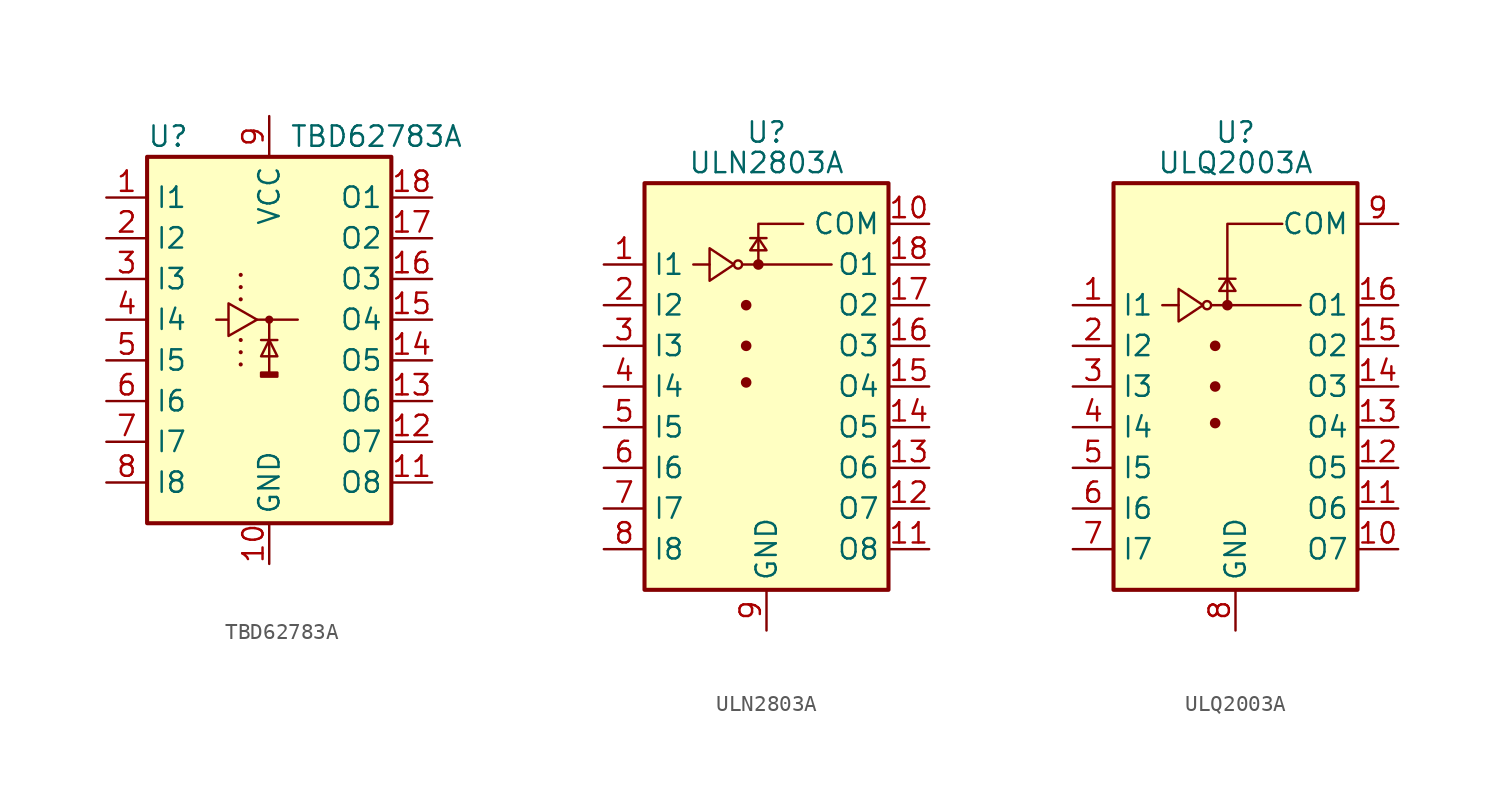
<source format=kicad_sym>
(kicad_symbol_lib
  (version 20211014)
  (generator kicad_symbol_editor)
  (symbol "TBD62783A"
    (property "Reference" "U"
      (at -7.62 11.43 0)
      (effects (font (size 1.27 1.27)) (justify left)))
    (property "Value" "TBD62783A"
      (at 1.27 11.43 0)
      (effects (font (size 1.27 1.27)) (justify left)))
    (symbol "TBD62783A_0_1"
      (rectangle (start -7.62 10.16) (end 7.62 -12.7) (stroke (width 0.254) (type default) (color 0 0 0 0)) (fill (type background)))
      (rectangle (start -0.508 -3.302) (end 0.508 -3.556) (stroke (width 0) (type default) (color 0 0 0 0)) (fill (type outline)))
      (polyline (pts (xy -1.778 -2.794) (xy -1.778 -2.794)) (stroke (width 0.254) (type default) (color 0 0 0 0)) (fill (type none)))
      (polyline (pts (xy -1.778 -2.032) (xy -1.778 -2.032)) (stroke (width 0.254) (type default) (color 0 0 0 0)) (fill (type none)))
      (polyline (pts (xy -1.778 -1.27) (xy -1.778 -1.27)) (stroke (width 0.254) (type default) (color 0 0 0 0)) (fill (type none)))
      (polyline (pts (xy -1.778 1.27) (xy -1.778 1.27)) (stroke (width 0.254) (type default) (color 0 0 0 0)) (fill (type none)))
      (polyline (pts (xy -1.778 2.032) (xy -1.778 2.032)) (stroke (width 0.254) (type default) (color 0 0 0 0)) (fill (type none)))
      (polyline (pts (xy -1.778 2.794) (xy -1.778 2.794)) (stroke (width 0.254) (type default) (color 0 0 0 0)) (fill (type none)))
      (polyline (pts (xy -0.762 0) (xy 1.778 0)) (stroke (width 0) (type default) (color 0 0 0 0)) (fill (type none)))
      (polyline (pts (xy -0.508 -1.27) (xy 0.508 -1.27)) (stroke (width 0) (type default) (color 0 0 0 0)) (fill (type none)))
      (polyline (pts (xy 0 0) (xy 0 -3.302)) (stroke (width 0) (type default) (color 0 0 0 0)) (fill (type none)))
      (polyline (pts (xy 0 0) (xy 0 0)) (stroke (width 0.508) (type default) (color 0 0 0 0)) (fill (type none)))
      (polyline (pts (xy 0 -1.27) (xy -0.508 -2.286) (xy 0.508 -2.286) (xy 0 -1.27)) (stroke (width 0) (type default) (color 0 0 0 0)) (fill (type none)))
      (polyline (pts (xy -3.302 0) (xy -2.54 0) (xy -2.54 1.016) (xy -0.762 0) (xy -2.54 -1.016) (xy -2.54 0)) (stroke (width 0) (type default) (color 0 0 0 0)) (fill (type none))))
    (symbol "TBD62783A_1_1"
      (pin input line (at -10.16 7.62 0) (length 2.54) (name "I1" (effects (font (size 1.27 1.27)))) (number "1" (effects (font (size 1.27 1.27)))))
      (pin power_in line (at 0 -15.24 90) (length 2.54) (name "GND" (effects (font (size 1.27 1.27)))) (number "10" (effects (font (size 1.27 1.27)))))
      (pin open_emitter line (at 10.16 -10.16 180) (length 2.54) (name "O8" (effects (font (size 1.27 1.27)))) (number "11" (effects (font (size 1.27 1.27)))))
      (pin open_emitter line (at 10.16 -7.62 180) (length 2.54) (name "O7" (effects (font (size 1.27 1.27)))) (number "12" (effects (font (size 1.27 1.27)))))
      (pin open_emitter line (at 10.16 -5.08 180) (length 2.54) (name "O6" (effects (font (size 1.27 1.27)))) (number "13" (effects (font (size 1.27 1.27)))))
      (pin open_emitter line (at 10.16 -2.54 180) (length 2.54) (name "O5" (effects (font (size 1.27 1.27)))) (number "14" (effects (font (size 1.27 1.27)))))
      (pin open_emitter line (at 10.16 0 180) (length 2.54) (name "O4" (effects (font (size 1.27 1.27)))) (number "15" (effects (font (size 1.27 1.27)))))
      (pin open_emitter line (at 10.16 2.54 180) (length 2.54) (name "O3" (effects (font (size 1.27 1.27)))) (number "16" (effects (font (size 1.27 1.27)))))
      (pin open_emitter line (at 10.16 5.08 180) (length 2.54) (name "O2" (effects (font (size 1.27 1.27)))) (number "17" (effects (font (size 1.27 1.27)))))
      (pin open_emitter line (at 10.16 7.62 180) (length 2.54) (name "O1" (effects (font (size 1.27 1.27)))) (number "18" (effects (font (size 1.27 1.27)))))
      (pin input line (at -10.16 5.08 0) (length 2.54) (name "I2" (effects (font (size 1.27 1.27)))) (number "2" (effects (font (size 1.27 1.27)))))
      (pin input line (at -10.16 2.54 0) (length 2.54) (name "I3" (effects (font (size 1.27 1.27)))) (number "3" (effects (font (size 1.27 1.27)))))
      (pin input line (at -10.16 0 0) (length 2.54) (name "I4" (effects (font (size 1.27 1.27)))) (number "4" (effects (font (size 1.27 1.27)))))
      (pin input line (at -10.16 -2.54 0) (length 2.54) (name "I5" (effects (font (size 1.27 1.27)))) (number "5" (effects (font (size 1.27 1.27)))))
      (pin input line (at -10.16 -5.08 0) (length 2.54) (name "I6" (effects (font (size 1.27 1.27)))) (number "6" (effects (font (size 1.27 1.27)))))
      (pin input line (at -10.16 -7.62 0) (length 2.54) (name "I7" (effects (font (size 1.27 1.27)))) (number "7" (effects (font (size 1.27 1.27)))))
      (pin input line (at -10.16 -10.16 0) (length 2.54) (name "I8" (effects (font (size 1.27 1.27)))) (number "8" (effects (font (size 1.27 1.27)))))
      (pin power_in line (at 0 12.7 270) (length 2.54) (name "VCC" (effects (font (size 1.27 1.27)))) (number "9" (effects (font (size 1.27 1.27)))))))
  (symbol "ULN2803A"
    (property "Reference" "U"
      (at 0 13.335 0)
      (effects (font (size 1.27 1.27))))
    (property "Value" "ULN2803A"
      (at 0 11.43 0)
      (effects (font (size 1.27 1.27))))
    (symbol "ULN2803A_0_1"
      (rectangle (start -7.62 -15.24) (end 7.62 10.16) (stroke (width 0.254) (type default) (color 0 0 0 0)) (fill (type background)))
      (circle (center -1.778 5.08) (radius 0.254) (stroke (width 0) (type default) (color 0 0 0 0)) (fill (type none)))
      (circle (center -1.27 -2.286) (radius 0.254) (stroke (width 0) (type default) (color 0 0 0 0)) (fill (type outline)))
      (circle (center -1.27 0) (radius 0.254) (stroke (width 0) (type default) (color 0 0 0 0)) (fill (type outline)))
      (circle (center -1.27 2.54) (radius 0.254) (stroke (width 0) (type default) (color 0 0 0 0)) (fill (type outline)))
      (circle (center -0.508 5.08) (radius 0.254) (stroke (width 0) (type default) (color 0 0 0 0)) (fill (type outline)))
      (polyline (pts (xy -4.572 5.08) (xy -3.556 5.08)) (stroke (width 0) (type default) (color 0 0 0 0)) (fill (type none)))
      (polyline (pts (xy -1.524 5.08) (xy 4.064 5.08)) (stroke (width 0) (type default) (color 0 0 0 0)) (fill (type none)))
      (polyline (pts (xy 0 6.731) (xy -1.016 6.731)) (stroke (width 0) (type default) (color 0 0 0 0)) (fill (type none)))
      (polyline (pts (xy -0.508 5.08) (xy -0.508 7.62) (xy 2.286 7.62)) (stroke (width 0) (type default) (color 0 0 0 0)) (fill (type none)))
      (polyline (pts (xy -3.556 6.096) (xy -3.556 4.064) (xy -2.032 5.08) (xy -3.556 6.096)) (stroke (width 0) (type default) (color 0 0 0 0)) (fill (type none)))
      (polyline (pts (xy 0 5.969) (xy -1.016 5.969) (xy -0.508 6.731) (xy 0 5.969)) (stroke (width 0) (type default) (color 0 0 0 0)) (fill (type none))))
    (symbol "ULN2803A_1_1"
      (pin input line (at -10.16 5.08 0) (length 2.54) (name "I1" (effects (font (size 1.27 1.27)))) (number "1" (effects (font (size 1.27 1.27)))))
      (pin passive line (at 10.16 7.62 180) (length 2.54) (name "COM" (effects (font (size 1.27 1.27)))) (number "10" (effects (font (size 1.27 1.27)))))
      (pin open_collector line (at 10.16 -12.7 180) (length 2.54) (name "O8" (effects (font (size 1.27 1.27)))) (number "11" (effects (font (size 1.27 1.27)))))
      (pin open_collector line (at 10.16 -10.16 180) (length 2.54) (name "O7" (effects (font (size 1.27 1.27)))) (number "12" (effects (font (size 1.27 1.27)))))
      (pin open_collector line (at 10.16 -7.62 180) (length 2.54) (name "O6" (effects (font (size 1.27 1.27)))) (number "13" (effects (font (size 1.27 1.27)))))
      (pin open_collector line (at 10.16 -5.08 180) (length 2.54) (name "O5" (effects (font (size 1.27 1.27)))) (number "14" (effects (font (size 1.27 1.27)))))
      (pin open_collector line (at 10.16 -2.54 180) (length 2.54) (name "O4" (effects (font (size 1.27 1.27)))) (number "15" (effects (font (size 1.27 1.27)))))
      (pin open_collector line (at 10.16 0 180) (length 2.54) (name "O3" (effects (font (size 1.27 1.27)))) (number "16" (effects (font (size 1.27 1.27)))))
      (pin open_collector line (at 10.16 2.54 180) (length 2.54) (name "O2" (effects (font (size 1.27 1.27)))) (number "17" (effects (font (size 1.27 1.27)))))
      (pin open_collector line (at 10.16 5.08 180) (length 2.54) (name "O1" (effects (font (size 1.27 1.27)))) (number "18" (effects (font (size 1.27 1.27)))))
      (pin input line (at -10.16 2.54 0) (length 2.54) (name "I2" (effects (font (size 1.27 1.27)))) (number "2" (effects (font (size 1.27 1.27)))))
      (pin input line (at -10.16 0 0) (length 2.54) (name "I3" (effects (font (size 1.27 1.27)))) (number "3" (effects (font (size 1.27 1.27)))))
      (pin input line (at -10.16 -2.54 0) (length 2.54) (name "I4" (effects (font (size 1.27 1.27)))) (number "4" (effects (font (size 1.27 1.27)))))
      (pin input line (at -10.16 -5.08 0) (length 2.54) (name "I5" (effects (font (size 1.27 1.27)))) (number "5" (effects (font (size 1.27 1.27)))))
      (pin input line (at -10.16 -7.62 0) (length 2.54) (name "I6" (effects (font (size 1.27 1.27)))) (number "6" (effects (font (size 1.27 1.27)))))
      (pin input line (at -10.16 -10.16 0) (length 2.54) (name "I7" (effects (font (size 1.27 1.27)))) (number "7" (effects (font (size 1.27 1.27)))))
      (pin input line (at -10.16 -12.7 0) (length 2.54) (name "I8" (effects (font (size 1.27 1.27)))) (number "8" (effects (font (size 1.27 1.27)))))
      (pin power_in line (at 0 -17.78 90) (length 2.54) (name "GND" (effects (font (size 1.27 1.27)))) (number "9" (effects (font (size 1.27 1.27)))))))
  (symbol "ULQ2003A"
    (property "Reference" "U"
      (at 0 15.875 0)
      (effects (font (size 1.27 1.27))))
    (property "Value" "ULQ2003A"
      (at 0 13.97 0)
      (effects (font (size 1.27 1.27))))
    (symbol "ULQ2003A_0_1"
      (rectangle (start -7.62 -12.7) (end 7.62 12.7) (stroke (width 0.254) (type default) (color 0 0 0 0)) (fill (type background)))
      (circle (center -1.778 5.08) (radius 0.254) (stroke (width 0) (type default) (color 0 0 0 0)) (fill (type none)))
      (circle (center -1.27 -2.286) (radius 0.254) (stroke (width 0) (type default) (color 0 0 0 0)) (fill (type outline)))
      (circle (center -1.27 0) (radius 0.254) (stroke (width 0) (type default) (color 0 0 0 0)) (fill (type outline)))
      (circle (center -1.27 2.54) (radius 0.254) (stroke (width 0) (type default) (color 0 0 0 0)) (fill (type outline)))
      (circle (center -0.508 5.08) (radius 0.254) (stroke (width 0) (type default) (color 0 0 0 0)) (fill (type outline)))
      (polyline (pts (xy -4.572 5.08) (xy -3.556 5.08)) (stroke (width 0) (type default) (color 0 0 0 0)) (fill (type none)))
      (polyline (pts (xy -1.524 5.08) (xy 4.064 5.08)) (stroke (width 0) (type default) (color 0 0 0 0)) (fill (type none)))
      (polyline (pts (xy 0 6.731) (xy -1.016 6.731)) (stroke (width 0) (type default) (color 0 0 0 0)) (fill (type none)))
      (polyline (pts (xy -0.508 5.08) (xy -0.508 10.16) (xy 2.921 10.16)) (stroke (width 0) (type default) (color 0 0 0 0)) (fill (type none)))
      (polyline (pts (xy -3.556 6.096) (xy -3.556 4.064) (xy -2.032 5.08) (xy -3.556 6.096)) (stroke (width 0) (type default) (color 0 0 0 0)) (fill (type none)))
      (polyline (pts (xy 0 5.969) (xy -1.016 5.969) (xy -0.508 6.731) (xy 0 5.969)) (stroke (width 0) (type default) (color 0 0 0 0)) (fill (type none))))
    (symbol "ULQ2003A_1_1"
      (pin input line (at -10.16 5.08 0) (length 2.54) (name "I1" (effects (font (size 1.27 1.27)))) (number "1" (effects (font (size 1.27 1.27)))))
      (pin open_collector line (at 10.16 -10.16 180) (length 2.54) (name "O7" (effects (font (size 1.27 1.27)))) (number "10" (effects (font (size 1.27 1.27)))))
      (pin open_collector line (at 10.16 -7.62 180) (length 2.54) (name "O6" (effects (font (size 1.27 1.27)))) (number "11" (effects (font (size 1.27 1.27)))))
      (pin open_collector line (at 10.16 -5.08 180) (length 2.54) (name "O5" (effects (font (size 1.27 1.27)))) (number "12" (effects (font (size 1.27 1.27)))))
      (pin open_collector line (at 10.16 -2.54 180) (length 2.54) (name "O4" (effects (font (size 1.27 1.27)))) (number "13" (effects (font (size 1.27 1.27)))))
      (pin open_collector line (at 10.16 0 180) (length 2.54) (name "O3" (effects (font (size 1.27 1.27)))) (number "14" (effects (font (size 1.27 1.27)))))
      (pin open_collector line (at 10.16 2.54 180) (length 2.54) (name "O2" (effects (font (size 1.27 1.27)))) (number "15" (effects (font (size 1.27 1.27)))))
      (pin open_collector line (at 10.16 5.08 180) (length 2.54) (name "O1" (effects (font (size 1.27 1.27)))) (number "16" (effects (font (size 1.27 1.27)))))
      (pin input line (at -10.16 2.54 0) (length 2.54) (name "I2" (effects (font (size 1.27 1.27)))) (number "2" (effects (font (size 1.27 1.27)))))
      (pin input line (at -10.16 0 0) (length 2.54) (name "I3" (effects (font (size 1.27 1.27)))) (number "3" (effects (font (size 1.27 1.27)))))
      (pin input line (at -10.16 -2.54 0) (length 2.54) (name "I4" (effects (font (size 1.27 1.27)))) (number "4" (effects (font (size 1.27 1.27)))))
      (pin input line (at -10.16 -5.08 0) (length 2.54) (name "I5" (effects (font (size 1.27 1.27)))) (number "5" (effects (font (size 1.27 1.27)))))
      (pin input line (at -10.16 -7.62 0) (length 2.54) (name "I6" (effects (font (size 1.27 1.27)))) (number "6" (effects (font (size 1.27 1.27)))))
      (pin input line (at -10.16 -10.16 0) (length 2.54) (name "I7" (effects (font (size 1.27 1.27)))) (number "7" (effects (font (size 1.27 1.27)))))
      (pin power_in line (at 0 -15.24 90) (length 2.54) (name "GND" (effects (font (size 1.27 1.27)))) (number "8" (effects (font (size 1.27 1.27)))))
      (pin passive line (at 10.16 10.16 180) (length 2.54) (name "COM" (effects (font (size 1.27 1.27)))) (number "9" (effects (font (size 1.27 1.27))))))))
</source>
